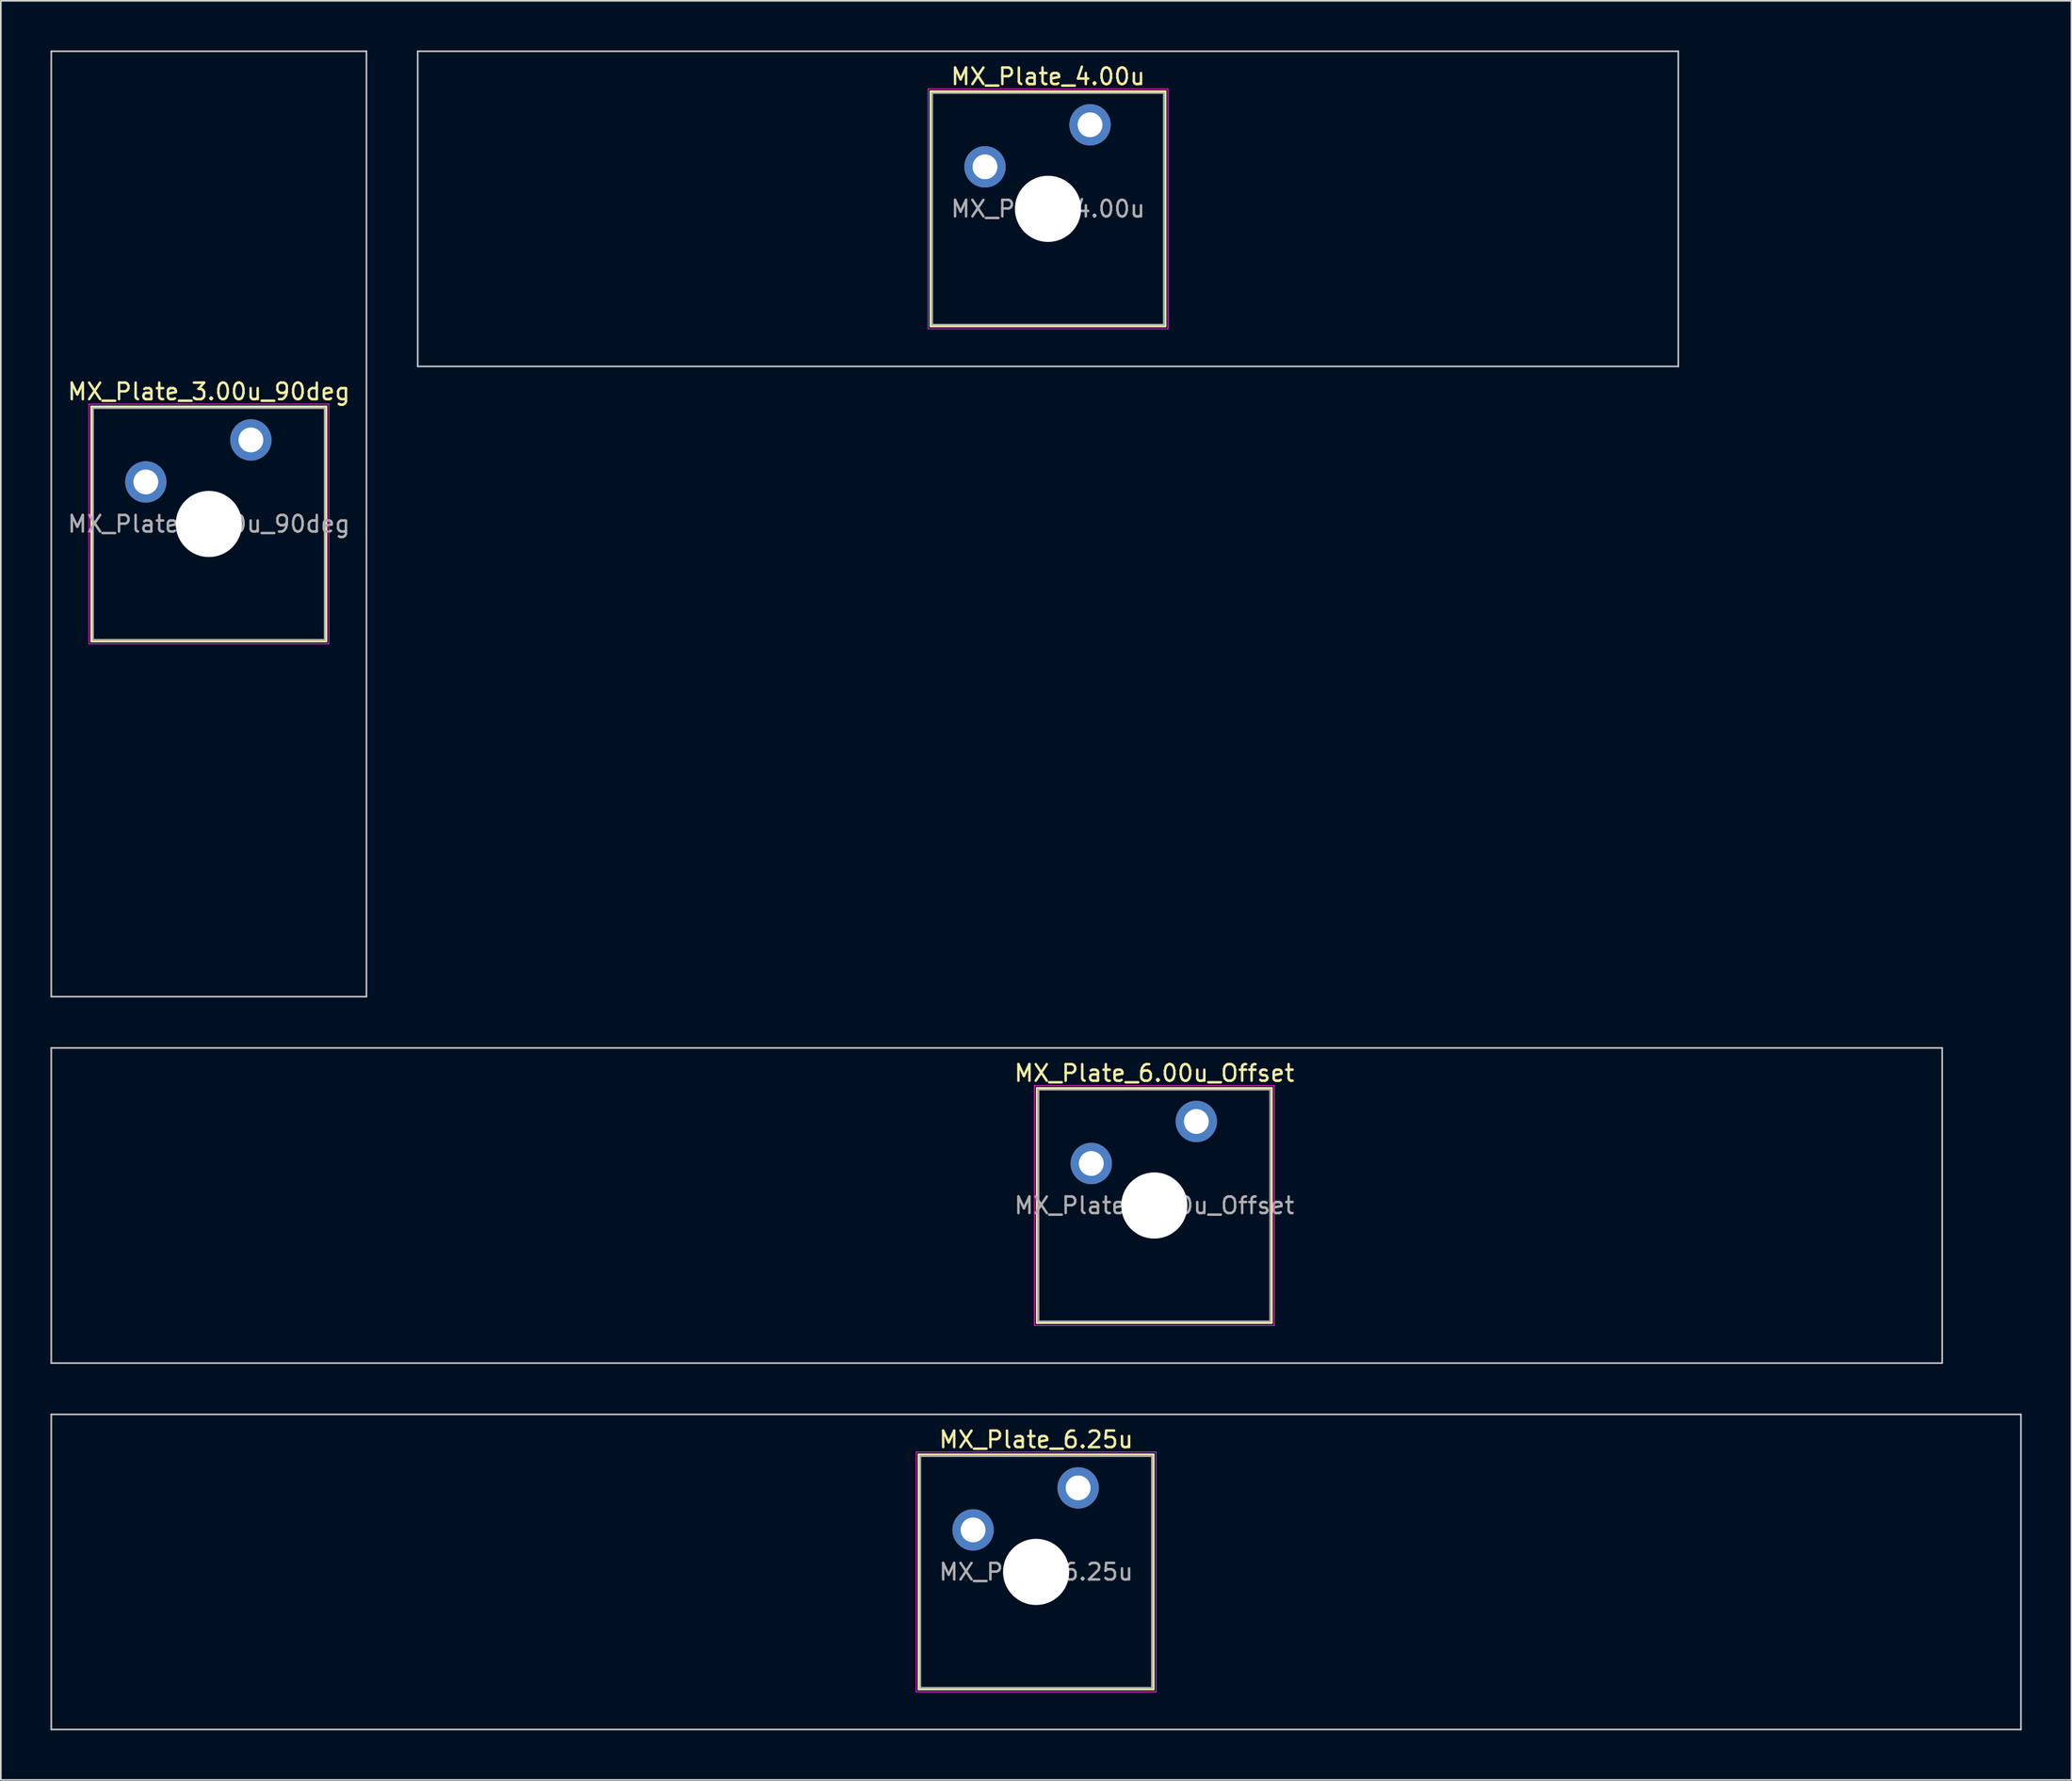
<source format=kicad_pcb>
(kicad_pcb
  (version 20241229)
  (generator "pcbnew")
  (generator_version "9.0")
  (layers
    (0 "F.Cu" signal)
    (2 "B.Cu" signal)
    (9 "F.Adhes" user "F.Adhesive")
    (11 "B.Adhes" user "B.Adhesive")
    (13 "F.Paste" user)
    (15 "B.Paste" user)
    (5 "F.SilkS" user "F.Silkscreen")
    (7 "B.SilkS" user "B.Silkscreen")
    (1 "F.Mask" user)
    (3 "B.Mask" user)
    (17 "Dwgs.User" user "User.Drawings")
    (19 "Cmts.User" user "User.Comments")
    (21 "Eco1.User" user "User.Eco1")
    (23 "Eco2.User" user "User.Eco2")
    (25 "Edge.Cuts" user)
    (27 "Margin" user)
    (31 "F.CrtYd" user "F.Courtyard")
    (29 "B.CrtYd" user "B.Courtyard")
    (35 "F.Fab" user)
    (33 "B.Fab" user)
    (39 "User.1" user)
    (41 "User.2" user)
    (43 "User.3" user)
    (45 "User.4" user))
  (footprint "MX_Plate_6.25u"
    (layer "F.Cu")
    (at 59.581 91.975)
    (property "Reference" "MX_Plate_6.25u" (at 0 -8 0) (layer "F.SilkS") (effects (font (size 1 1) (thickness 0.15))))
    (attr through_hole)
    (fp_line (start -7.1 -7.1) (end -7.1 7.1) (stroke (width 0.12) (type solid)) (layer "F.SilkS"))
    (fp_line (start -7.1 7.1) (end 7.1 7.1) (stroke (width 0.12) (type solid)) (layer "F.SilkS"))
    (fp_line (start 7.1 -7.1) (end -7.1 -7.1) (stroke (width 0.12) (type solid)) (layer "F.SilkS"))
    (fp_line (start 7.1 7.1) (end 7.1 -7.1) (stroke (width 0.12) (type solid)) (layer "F.SilkS"))
    (fp_line (start -59.531 -9.525) (end -59.531 9.525) (stroke (width 0.1) (type solid)) (layer "Dwgs.User"))
    (fp_line (start -59.531 9.525) (end 59.531 9.525) (stroke (width 0.1) (type solid)) (layer "Dwgs.User"))
    (fp_line (start 59.531 -9.525) (end -59.531 -9.525) (stroke (width 0.1) (type solid)) (layer "Dwgs.User"))
    (fp_line (start 59.531 9.525) (end 59.531 -9.525) (stroke (width 0.1) (type solid)) (layer "Dwgs.User"))
    (fp_line (start -7 -7) (end -7 7) (stroke (width 0.1) (type solid)) (layer "Eco1.User"))
    (fp_line (start -7 7) (end 7 7) (stroke (width 0.1) (type solid)) (layer "Eco1.User"))
    (fp_line (start 7 -7) (end -7 -7) (stroke (width 0.1) (type solid)) (layer "Eco1.User"))
    (fp_line (start 7 7) (end 7 -7) (stroke (width 0.1) (type solid)) (layer "Eco1.User"))
    (fp_line (start -7.25 -7.25) (end -7.25 7.25) (stroke (width 0.05) (type solid)) (layer "F.CrtYd"))
    (fp_line (start -7.25 7.25) (end 7.25 7.25) (stroke (width 0.05) (type solid)) (layer "F.CrtYd"))
    (fp_line (start 7.25 -7.25) (end -7.25 -7.25) (stroke (width 0.05) (type solid)) (layer "F.CrtYd"))
    (fp_line (start 7.25 7.25) (end 7.25 -7.25) (stroke (width 0.05) (type solid)) (layer "F.CrtYd"))
    (fp_line (start -7 -7) (end -7 7) (stroke (width 0.1) (type solid)) (layer "F.Fab"))
    (fp_line (start -7 7) (end 7 7) (stroke (width 0.1) (type solid)) (layer "F.Fab"))
    (fp_line (start 7 -7) (end -7 -7) (stroke (width 0.1) (type solid)) (layer "F.Fab"))
    (fp_line (start 7 7) (end 7 -7) (stroke (width 0.1) (type solid)) (layer "F.Fab"))
    (fp_text user "${REFERENCE}" (at 0 0 0) (layer "F.Fab") (effects (font (size 1 1) (thickness 0.15))))
    (pad "" np_thru_hole circle (at 0 0) (size 4 4) (drill 4) (layers "*.Cu" "*.Mask"))
    (pad "1" thru_hole circle (at -3.81 -2.54) (size 2.5 2.5) (drill 1.5) (layers "*.Cu" "*.Mask"))
    (pad "2" thru_hole circle (at 2.54 -5.08) (size 2.5 2.5) (drill 1.5) (layers "*.Cu" "*.Mask")))
  (footprint "MX_Plate_4.00u"
    (layer "F.Cu")
    (at 60.3 9.575)
    (property "Reference" "MX_Plate_4.00u" (at 0 -8 0) (layer "F.SilkS") (effects (font (size 1 1) (thickness 0.15))))
    (attr through_hole)
    (fp_line (start -7.1 -7.1) (end -7.1 7.1) (stroke (width 0.12) (type solid)) (layer "F.SilkS"))
    (fp_line (start -7.1 7.1) (end 7.1 7.1) (stroke (width 0.12) (type solid)) (layer "F.SilkS"))
    (fp_line (start 7.1 -7.1) (end -7.1 -7.1) (stroke (width 0.12) (type solid)) (layer "F.SilkS"))
    (fp_line (start 7.1 7.1) (end 7.1 -7.1) (stroke (width 0.12) (type solid)) (layer "F.SilkS"))
    (fp_line (start -38.1 -9.525) (end -38.1 9.525) (stroke (width 0.1) (type solid)) (layer "Dwgs.User"))
    (fp_line (start -38.1 9.525) (end 38.1 9.525) (stroke (width 0.1) (type solid)) (layer "Dwgs.User"))
    (fp_line (start 38.1 -9.525) (end -38.1 -9.525) (stroke (width 0.1) (type solid)) (layer "Dwgs.User"))
    (fp_line (start 38.1 9.525) (end 38.1 -9.525) (stroke (width 0.1) (type solid)) (layer "Dwgs.User"))
    (fp_line (start -7 -7) (end -7 7) (stroke (width 0.1) (type solid)) (layer "Eco1.User"))
    (fp_line (start -7 7) (end 7 7) (stroke (width 0.1) (type solid)) (layer "Eco1.User"))
    (fp_line (start 7 -7) (end -7 -7) (stroke (width 0.1) (type solid)) (layer "Eco1.User"))
    (fp_line (start 7 7) (end 7 -7) (stroke (width 0.1) (type solid)) (layer "Eco1.User"))
    (fp_line (start -7.25 -7.25) (end -7.25 7.25) (stroke (width 0.05) (type solid)) (layer "F.CrtYd"))
    (fp_line (start -7.25 7.25) (end 7.25 7.25) (stroke (width 0.05) (type solid)) (layer "F.CrtYd"))
    (fp_line (start 7.25 -7.25) (end -7.25 -7.25) (stroke (width 0.05) (type solid)) (layer "F.CrtYd"))
    (fp_line (start 7.25 7.25) (end 7.25 -7.25) (stroke (width 0.05) (type solid)) (layer "F.CrtYd"))
    (fp_line (start -7 -7) (end -7 7) (stroke (width 0.1) (type solid)) (layer "F.Fab"))
    (fp_line (start -7 7) (end 7 7) (stroke (width 0.1) (type solid)) (layer "F.Fab"))
    (fp_line (start 7 -7) (end -7 -7) (stroke (width 0.1) (type solid)) (layer "F.Fab"))
    (fp_line (start 7 7) (end 7 -7) (stroke (width 0.1) (type solid)) (layer "F.Fab"))
    (fp_text user "${REFERENCE}" (at 0 0 0) (layer "F.Fab") (effects (font (size 1 1) (thickness 0.15))))
    (pad "" np_thru_hole circle (at 0 0) (size 4 4) (drill 4) (layers "*.Cu" "*.Mask"))
    (pad "1" thru_hole circle (at -3.81 -2.54) (size 2.5 2.5) (drill 1.5) (layers "*.Cu" "*.Mask"))
    (pad "2" thru_hole circle (at 2.54 -5.08) (size 2.5 2.5) (drill 1.5) (layers "*.Cu" "*.Mask")))
  (footprint "MX_Plate_3.00u_90deg"
    (layer "F.Cu")
    (at 9.575 28.625)
    (property "Reference" "MX_Plate_3.00u_90deg" (at 0 -8 0) (layer "F.SilkS") (effects (font (size 1 1) (thickness 0.15))))
    (attr through_hole)
    (fp_line (start -7.1 -7.1) (end -7.1 7.1) (stroke (width 0.12) (type solid)) (layer "F.SilkS"))
    (fp_line (start -7.1 7.1) (end 7.1 7.1) (stroke (width 0.12) (type solid)) (layer "F.SilkS"))
    (fp_line (start 7.1 -7.1) (end -7.1 -7.1) (stroke (width 0.12) (type solid)) (layer "F.SilkS"))
    (fp_line (start 7.1 7.1) (end 7.1 -7.1) (stroke (width 0.12) (type solid)) (layer "F.SilkS"))
    (fp_line (start -9.525 -28.575) (end 9.525 -28.575) (stroke (width 0.1) (type solid)) (layer "Dwgs.User"))
    (fp_line (start -9.525 28.575) (end -9.525 -28.575) (stroke (width 0.1) (type solid)) (layer "Dwgs.User"))
    (fp_line (start 9.525 -28.575) (end 9.525 28.575) (stroke (width 0.1) (type solid)) (layer "Dwgs.User"))
    (fp_line (start 9.525 28.575) (end -9.525 28.575) (stroke (width 0.1) (type solid)) (layer "Dwgs.User"))
    (fp_line (start -7 -7) (end -7 7) (stroke (width 0.1) (type solid)) (layer "Eco1.User"))
    (fp_line (start -7 7) (end 7 7) (stroke (width 0.1) (type solid)) (layer "Eco1.User"))
    (fp_line (start 7 -7) (end -7 -7) (stroke (width 0.1) (type solid)) (layer "Eco1.User"))
    (fp_line (start 7 7) (end 7 -7) (stroke (width 0.1) (type solid)) (layer "Eco1.User"))
    (fp_line (start -7.25 -7.25) (end -7.25 7.25) (stroke (width 0.05) (type solid)) (layer "F.CrtYd"))
    (fp_line (start -7.25 7.25) (end 7.25 7.25) (stroke (width 0.05) (type solid)) (layer "F.CrtYd"))
    (fp_line (start 7.25 -7.25) (end -7.25 -7.25) (stroke (width 0.05) (type solid)) (layer "F.CrtYd"))
    (fp_line (start 7.25 7.25) (end 7.25 -7.25) (stroke (width 0.05) (type solid)) (layer "F.CrtYd"))
    (fp_line (start -7 -7) (end -7 7) (stroke (width 0.1) (type solid)) (layer "F.Fab"))
    (fp_line (start -7 7) (end 7 7) (stroke (width 0.1) (type solid)) (layer "F.Fab"))
    (fp_line (start 7 -7) (end -7 -7) (stroke (width 0.1) (type solid)) (layer "F.Fab"))
    (fp_line (start 7 7) (end 7 -7) (stroke (width 0.1) (type solid)) (layer "F.Fab"))
    (fp_text user "${REFERENCE}" (at 0 0 0) (layer "F.Fab") (effects (font (size 1 1) (thickness 0.15))))
    (pad "" np_thru_hole circle (at 0 0) (size 4 4) (drill 4) (layers "*.Cu" "*.Mask"))
    (pad "1" thru_hole circle (at -3.81 -2.54) (size 2.5 2.5) (drill 1.5) (layers "*.Cu" "*.Mask"))
    (pad "2" thru_hole circle (at 2.54 -5.08) (size 2.5 2.5) (drill 1.5) (layers "*.Cu" "*.Mask")))
  (footprint "MX_Plate_6.00u_Offset"
    (layer "F.Cu")
    (at 66.725 69.825)
    (property "Reference" "MX_Plate_6.00u_Offset" (at 0 -8 0) (layer "F.SilkS") (effects (font (size 1 1) (thickness 0.15))))
    (attr through_hole)
    (fp_line (start -7.1 -7.1) (end -7.1 7.1) (stroke (width 0.12) (type solid)) (layer "F.SilkS"))
    (fp_line (start -7.1 7.1) (end 7.1 7.1) (stroke (width 0.12) (type solid)) (layer "F.SilkS"))
    (fp_line (start 7.1 -7.1) (end -7.1 -7.1) (stroke (width 0.12) (type solid)) (layer "F.SilkS"))
    (fp_line (start 7.1 7.1) (end 7.1 -7.1) (stroke (width 0.12) (type solid)) (layer "F.SilkS"))
    (fp_line (start -66.675 -9.525) (end -66.675 9.525) (stroke (width 0.1) (type solid)) (layer "Dwgs.User"))
    (fp_line (start -66.675 9.525) (end 47.625 9.525) (stroke (width 0.1) (type solid)) (layer "Dwgs.User"))
    (fp_line (start 47.625 -9.525) (end -66.675 -9.525) (stroke (width 0.1) (type solid)) (layer "Dwgs.User"))
    (fp_line (start 47.625 9.525) (end 47.625 -9.525) (stroke (width 0.1) (type solid)) (layer "Dwgs.User"))
    (fp_line (start -7 -7) (end -7 7) (stroke (width 0.1) (type solid)) (layer "Eco1.User"))
    (fp_line (start -7 7) (end 7 7) (stroke (width 0.1) (type solid)) (layer "Eco1.User"))
    (fp_line (start 7 -7) (end -7 -7) (stroke (width 0.1) (type solid)) (layer "Eco1.User"))
    (fp_line (start 7 7) (end 7 -7) (stroke (width 0.1) (type solid)) (layer "Eco1.User"))
    (fp_line (start -7.25 -7.25) (end -7.25 7.25) (stroke (width 0.05) (type solid)) (layer "F.CrtYd"))
    (fp_line (start -7.25 7.25) (end 7.25 7.25) (stroke (width 0.05) (type solid)) (layer "F.CrtYd"))
    (fp_line (start 7.25 -7.25) (end -7.25 -7.25) (stroke (width 0.05) (type solid)) (layer "F.CrtYd"))
    (fp_line (start 7.25 7.25) (end 7.25 -7.25) (stroke (width 0.05) (type solid)) (layer "F.CrtYd"))
    (fp_line (start -7 -7) (end -7 7) (stroke (width 0.1) (type solid)) (layer "F.Fab"))
    (fp_line (start -7 7) (end 7 7) (stroke (width 0.1) (type solid)) (layer "F.Fab"))
    (fp_line (start 7 -7) (end -7 -7) (stroke (width 0.1) (type solid)) (layer "F.Fab"))
    (fp_line (start 7 7) (end 7 -7) (stroke (width 0.1) (type solid)) (layer "F.Fab"))
    (fp_text user "${REFERENCE}" (at 0 0 0) (layer "F.Fab") (effects (font (size 1 1) (thickness 0.15))))
    (pad "" np_thru_hole circle (at 0 0) (size 4 4) (drill 4) (layers "*.Cu" "*.Mask"))
    (pad "1" thru_hole circle (at -3.81 -2.54) (size 2.5 2.5) (drill 1.5) (layers "*.Cu" "*.Mask"))
    (pad "2" thru_hole circle (at 2.54 -5.08) (size 2.5 2.5) (drill 1.5) (layers "*.Cu" "*.Mask")))
  (gr_rect
    (start -3 -3)
    (end 122.162 104.55)
    (stroke (width 0.1) (type default))
    (fill no)
    (layer "Edge.Cuts")))
</source>
